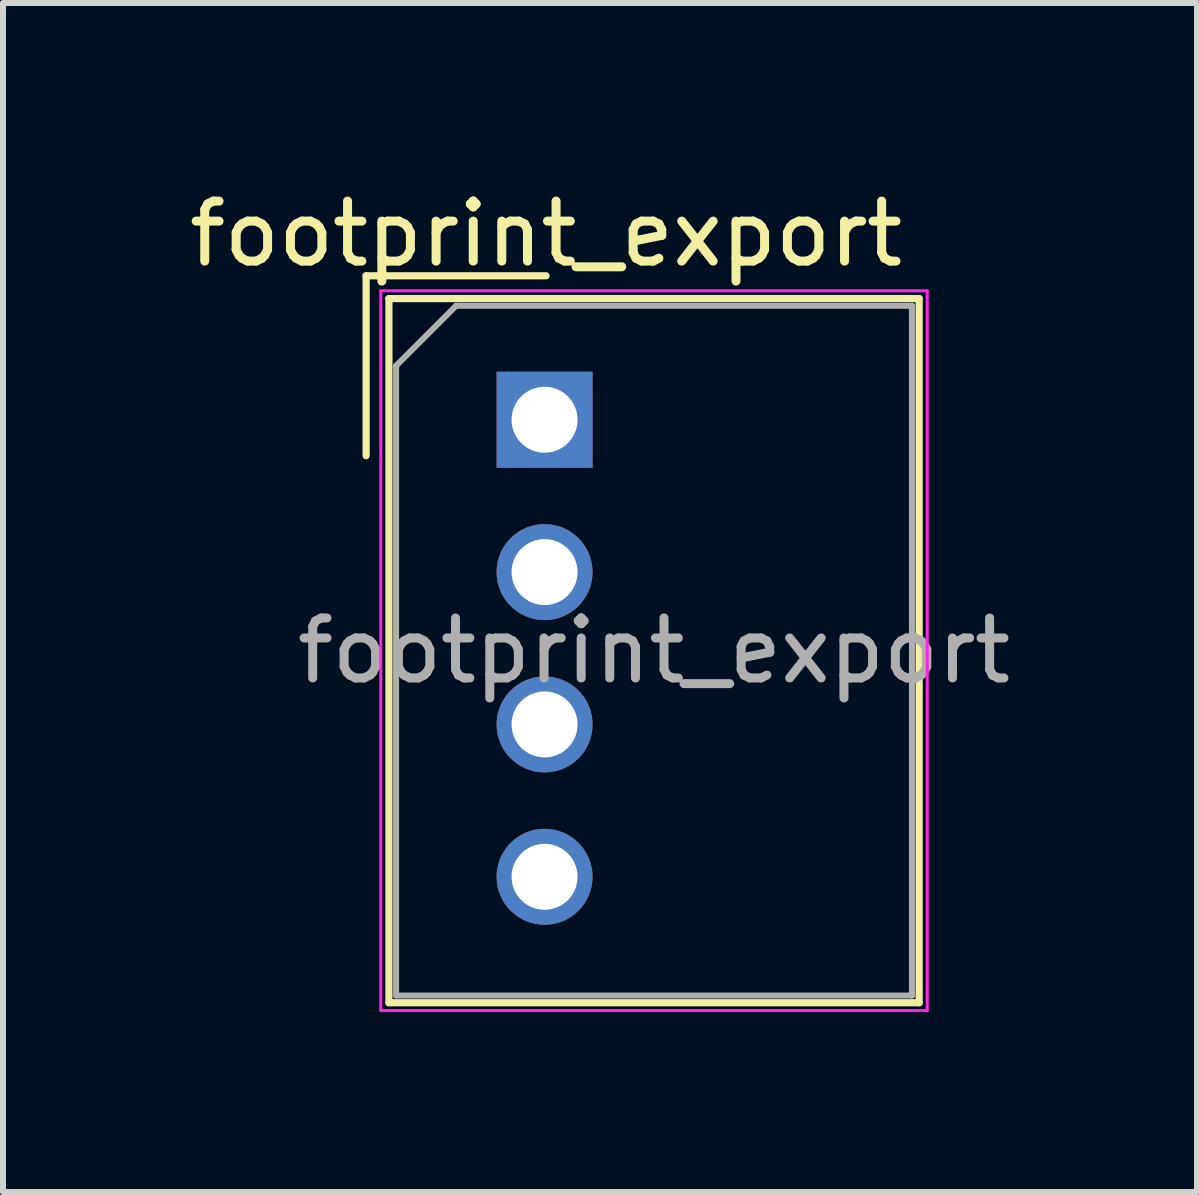
<source format=kicad_pcb>
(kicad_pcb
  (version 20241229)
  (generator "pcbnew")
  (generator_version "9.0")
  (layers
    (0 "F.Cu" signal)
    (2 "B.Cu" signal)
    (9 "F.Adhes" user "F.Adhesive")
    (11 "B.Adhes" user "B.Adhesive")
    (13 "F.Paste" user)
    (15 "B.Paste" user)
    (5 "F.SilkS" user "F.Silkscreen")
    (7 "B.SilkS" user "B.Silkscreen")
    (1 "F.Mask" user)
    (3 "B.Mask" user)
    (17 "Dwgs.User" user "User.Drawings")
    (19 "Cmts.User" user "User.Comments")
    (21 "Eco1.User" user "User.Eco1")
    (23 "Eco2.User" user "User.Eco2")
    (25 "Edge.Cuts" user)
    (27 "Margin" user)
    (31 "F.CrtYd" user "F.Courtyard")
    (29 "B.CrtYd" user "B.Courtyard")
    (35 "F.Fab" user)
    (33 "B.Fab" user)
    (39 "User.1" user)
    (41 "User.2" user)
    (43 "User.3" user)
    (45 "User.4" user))
  (footprint "footprint_export"
    (layer "F.Cu")
    (at 6.029 3.948)
    (property "Reference" "footprint_export" (at 0.025 -3.1 0) (layer "F.SilkS") (effects (font (size 1 1) (thickness 0.15))))
    (attr through_hole)
    (fp_line (start -2.975 -2.4) (end 0.025 -2.4) (stroke (width 0.12) (type solid)) (layer "F.SilkS"))
    (fp_line (start -2.975 0.6) (end -2.975 -2.4) (stroke (width 0.12) (type solid)) (layer "F.SilkS"))
    (fp_line (start -2.595 -2.02) (end -2.595 9.72) (stroke (width 0.12) (type solid)) (layer "F.SilkS"))
    (fp_line (start -2.595 -2.02) (end 6.245 -2.02) (stroke (width 0.12) (type solid)) (layer "F.SilkS"))
    (fp_line (start -2.595 9.72) (end 6.245 9.72) (stroke (width 0.12) (type solid)) (layer "F.SilkS"))
    (fp_line (start 6.245 -2.02) (end 6.245 9.72) (stroke (width 0.12) (type solid)) (layer "F.SilkS"))
    (fp_line (start -2.73 -2.15) (end -2.73 9.85) (stroke (width 0.05) (type solid)) (layer "F.CrtYd"))
    (fp_line (start -2.73 -2.15) (end 6.38 -2.15) (stroke (width 0.05) (type solid)) (layer "F.CrtYd"))
    (fp_line (start -2.73 9.85) (end 6.38 9.85) (stroke (width 0.05) (type solid)) (layer "F.CrtYd"))
    (fp_line (start 6.38 -2.15) (end 6.38 9.85) (stroke (width 0.05) (type solid)) (layer "F.CrtYd"))
    (fp_line (start -2.475 -0.9) (end -1.475 -1.9) (stroke (width 0.1) (type solid)) (layer "F.Fab"))
    (fp_line (start -2.475 9.6) (end -2.475 -0.9) (stroke (width 0.1) (type solid)) (layer "F.Fab"))
    (fp_line (start -1.475 -1.9) (end 6.125 -1.9) (stroke (width 0.1) (type solid)) (layer "F.Fab"))
    (fp_line (start 6.125 -1.9) (end 6.125 9.6) (stroke (width 0.1) (type solid)) (layer "F.Fab"))
    (fp_line (start 6.125 9.6) (end -2.475 9.6) (stroke (width 0.1) (type solid)) (layer "F.Fab"))
    (fp_text user "${REFERENCE}" (at 1.825 3.85 0) (layer "F.Fab") (effects (font (size 1 1) (thickness 0.15))))
    (pad "1" thru_hole rect (at 0 0) (size 1.6 1.6) (drill 1.1) (layers "*.Cu" "*.Mask"))
    (pad "2" thru_hole circle (at 0 2.54) (size 1.6 1.6) (drill 1.1) (layers "*.Cu" "*.Mask"))
    (pad "3" thru_hole circle (at 0 5.08) (size 1.6 1.6) (drill 1.1) (layers "*.Cu" "*.Mask"))
    (pad "4" thru_hole circle (at 0 7.62) (size 1.6 1.6) (drill 1.1) (layers "*.Cu" "*.Mask")))
  (gr_rect
    (start -3 -3)
    (end 16.907 16.823)
    (stroke (width 0.1) (type default))
    (fill no)
    (layer "Edge.Cuts")))
</source>
